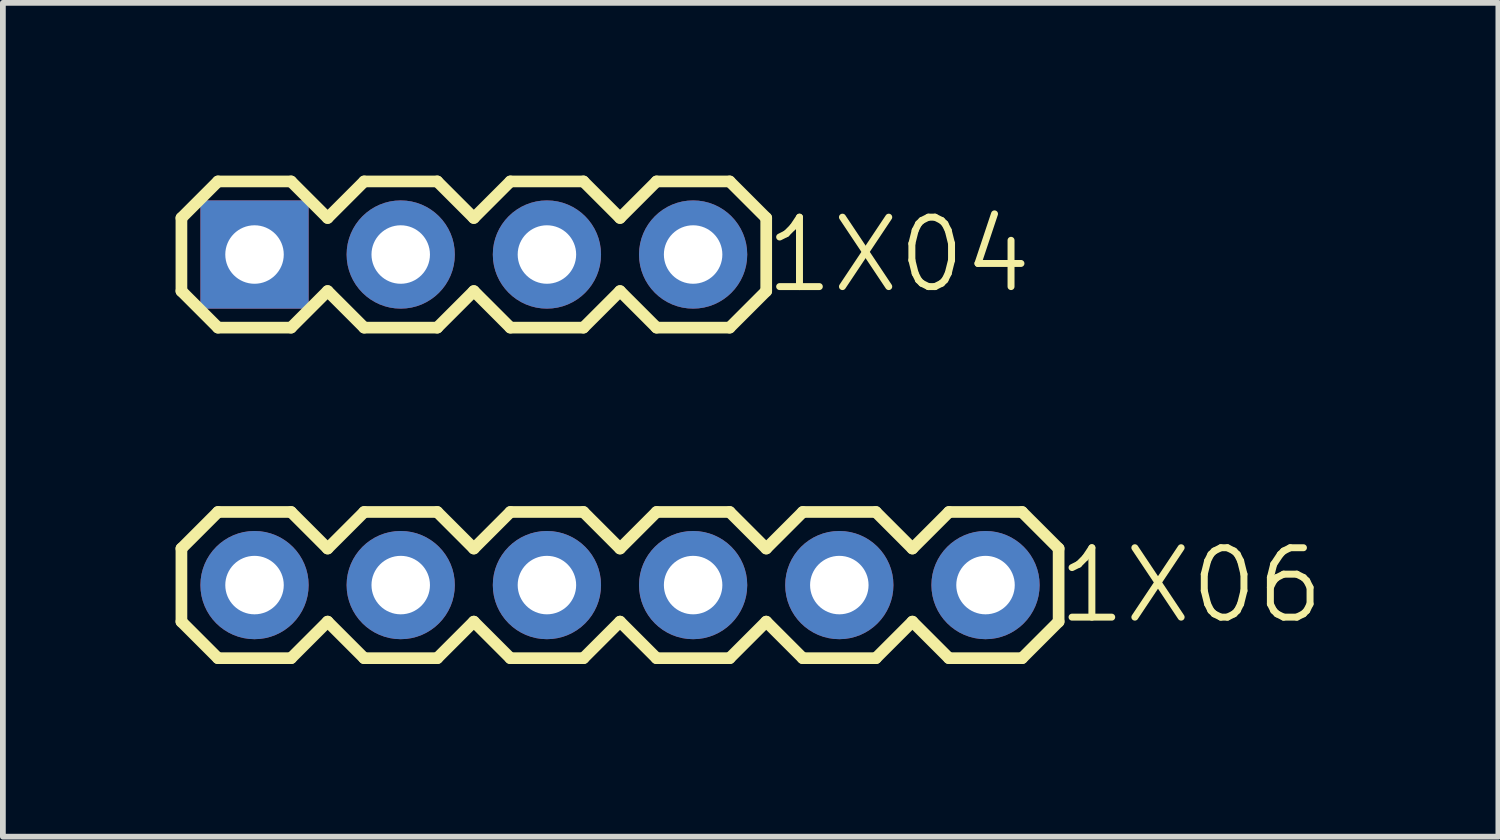
<source format=kicad_pcb>
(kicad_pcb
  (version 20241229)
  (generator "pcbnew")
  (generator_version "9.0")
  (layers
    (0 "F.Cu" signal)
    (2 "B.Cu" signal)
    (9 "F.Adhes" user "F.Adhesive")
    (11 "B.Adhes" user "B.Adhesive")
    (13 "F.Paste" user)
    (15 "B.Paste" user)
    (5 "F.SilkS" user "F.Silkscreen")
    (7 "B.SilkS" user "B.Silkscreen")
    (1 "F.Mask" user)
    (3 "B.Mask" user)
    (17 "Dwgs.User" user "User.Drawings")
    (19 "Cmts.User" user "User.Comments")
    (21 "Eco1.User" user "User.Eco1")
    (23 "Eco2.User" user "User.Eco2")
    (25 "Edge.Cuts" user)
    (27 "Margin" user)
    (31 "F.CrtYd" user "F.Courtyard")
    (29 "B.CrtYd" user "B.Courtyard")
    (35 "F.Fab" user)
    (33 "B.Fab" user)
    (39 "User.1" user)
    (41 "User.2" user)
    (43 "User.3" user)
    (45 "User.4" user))
  (footprint "1X06"
    (layer "F.Cu")
    (at 1.372 7.115)
    (property "Reference" "1X06" (at 13.894 0.711 180) (layer "F.SilkS") (effects (font (size 1.206 1.206) (thickness 0.121)) (justify left bottom)))
    (attr through_hole)
    (fp_line (start -1.27 -0.635) (end -1.27 0.635) (stroke (width 0.203) (type solid)) (layer "F.SilkS"))
    (fp_line (start -1.27 0.635) (end -0.635 1.27) (stroke (width 0.203) (type solid)) (layer "F.SilkS"))
    (fp_line (start -0.635 -1.27) (end -1.27 -0.635) (stroke (width 0.203) (type solid)) (layer "F.SilkS"))
    (fp_line (start -0.635 -1.27) (end 0.635 -1.27) (stroke (width 0.203) (type solid)) (layer "F.SilkS"))
    (fp_line (start 0.635 -1.27) (end 1.27 -0.635) (stroke (width 0.203) (type solid)) (layer "F.SilkS"))
    (fp_line (start 0.635 1.27) (end -0.635 1.27) (stroke (width 0.203) (type solid)) (layer "F.SilkS"))
    (fp_line (start 1.27 -0.635) (end 1.905 -1.27) (stroke (width 0.203) (type solid)) (layer "F.SilkS"))
    (fp_line (start 1.27 0.635) (end 0.635 1.27) (stroke (width 0.203) (type solid)) (layer "F.SilkS"))
    (fp_line (start 1.905 -1.27) (end 3.175 -1.27) (stroke (width 0.203) (type solid)) (layer "F.SilkS"))
    (fp_line (start 1.905 1.27) (end 1.27 0.635) (stroke (width 0.203) (type solid)) (layer "F.SilkS"))
    (fp_line (start 3.175 -1.27) (end 3.81 -0.635) (stroke (width 0.203) (type solid)) (layer "F.SilkS"))
    (fp_line (start 3.175 1.27) (end 1.905 1.27) (stroke (width 0.203) (type solid)) (layer "F.SilkS"))
    (fp_line (start 3.81 -0.635) (end 4.445 -1.27) (stroke (width 0.203) (type solid)) (layer "F.SilkS"))
    (fp_line (start 3.81 0.635) (end 3.175 1.27) (stroke (width 0.203) (type solid)) (layer "F.SilkS"))
    (fp_line (start 4.445 -1.27) (end 5.715 -1.27) (stroke (width 0.203) (type solid)) (layer "F.SilkS"))
    (fp_line (start 4.445 1.27) (end 3.81 0.635) (stroke (width 0.203) (type solid)) (layer "F.SilkS"))
    (fp_line (start 5.715 -1.27) (end 6.35 -0.635) (stroke (width 0.203) (type solid)) (layer "F.SilkS"))
    (fp_line (start 5.715 1.27) (end 4.445 1.27) (stroke (width 0.203) (type solid)) (layer "F.SilkS"))
    (fp_line (start 6.35 0.635) (end 5.715 1.27) (stroke (width 0.203) (type solid)) (layer "F.SilkS"))
    (fp_line (start 6.35 0.635) (end 6.985 1.27) (stroke (width 0.203) (type solid)) (layer "F.SilkS"))
    (fp_line (start 6.985 -1.27) (end 6.35 -0.635) (stroke (width 0.203) (type solid)) (layer "F.SilkS"))
    (fp_line (start 6.985 -1.27) (end 8.255 -1.27) (stroke (width 0.203) (type solid)) (layer "F.SilkS"))
    (fp_line (start 8.255 -1.27) (end 8.89 -0.635) (stroke (width 0.203) (type solid)) (layer "F.SilkS"))
    (fp_line (start 8.255 1.27) (end 6.985 1.27) (stroke (width 0.203) (type solid)) (layer "F.SilkS"))
    (fp_line (start 8.89 -0.635) (end 9.525 -1.27) (stroke (width 0.203) (type solid)) (layer "F.SilkS"))
    (fp_line (start 8.89 0.635) (end 8.255 1.27) (stroke (width 0.203) (type solid)) (layer "F.SilkS"))
    (fp_line (start 9.525 -1.27) (end 10.795 -1.27) (stroke (width 0.203) (type solid)) (layer "F.SilkS"))
    (fp_line (start 9.525 1.27) (end 8.89 0.635) (stroke (width 0.203) (type solid)) (layer "F.SilkS"))
    (fp_line (start 10.795 -1.27) (end 11.43 -0.635) (stroke (width 0.203) (type solid)) (layer "F.SilkS"))
    (fp_line (start 10.795 1.27) (end 9.525 1.27) (stroke (width 0.203) (type solid)) (layer "F.SilkS"))
    (fp_line (start 11.43 -0.635) (end 12.065 -1.27) (stroke (width 0.203) (type solid)) (layer "F.SilkS"))
    (fp_line (start 11.43 0.635) (end 10.795 1.27) (stroke (width 0.203) (type solid)) (layer "F.SilkS"))
    (fp_line (start 12.065 -1.27) (end 13.335 -1.27) (stroke (width 0.203) (type solid)) (layer "F.SilkS"))
    (fp_line (start 12.065 1.27) (end 11.43 0.635) (stroke (width 0.203) (type solid)) (layer "F.SilkS"))
    (fp_line (start 13.335 -1.27) (end 13.97 -0.635) (stroke (width 0.203) (type solid)) (layer "F.SilkS"))
    (fp_line (start 13.335 1.27) (end 12.065 1.27) (stroke (width 0.203) (type solid)) (layer "F.SilkS"))
    (fp_line (start 13.97 -0.635) (end 13.97 0.635) (stroke (width 0.203) (type solid)) (layer "F.SilkS"))
    (fp_line (start 13.97 0.635) (end 13.335 1.27) (stroke (width 0.203) (type solid)) (layer "F.SilkS"))
    (fp_poly (pts (xy -0.254 0.254) (xy 0.254 0.254) (xy 0.254 -0.254) (xy -0.254 -0.254)) (stroke (width 0.1) (type solid)) (fill no) (layer "F.Fab"))
    (fp_poly (pts (xy 2.286 0.254) (xy 2.794 0.254) (xy 2.794 -0.254) (xy 2.286 -0.254)) (stroke (width 0.1) (type solid)) (fill no) (layer "F.Fab"))
    (fp_poly (pts (xy 4.826 0.254) (xy 5.334 0.254) (xy 5.334 -0.254) (xy 4.826 -0.254)) (stroke (width 0.1) (type solid)) (fill no) (layer "F.Fab"))
    (fp_poly (pts (xy 7.366 0.254) (xy 7.874 0.254) (xy 7.874 -0.254) (xy 7.366 -0.254)) (stroke (width 0.1) (type solid)) (fill no) (layer "F.Fab"))
    (fp_poly (pts (xy 9.906 0.254) (xy 10.414 0.254) (xy 10.414 -0.254) (xy 9.906 -0.254)) (stroke (width 0.1) (type solid)) (fill no) (layer "F.Fab"))
    (fp_poly (pts (xy 12.446 0.254) (xy 12.954 0.254) (xy 12.954 -0.254) (xy 12.446 -0.254)) (stroke (width 0.1) (type solid)) (fill no) (layer "F.Fab"))
    (pad "1" thru_hole circle (at 0 0 90) (size 1.88 1.88) (drill 1.016) (layers "*.Cu" "*.Mask"))
    (pad "2" thru_hole circle (at 2.54 0 90) (size 1.88 1.88) (drill 1.016) (layers "*.Cu" "*.Mask"))
    (pad "3" thru_hole circle (at 5.08 0 90) (size 1.88 1.88) (drill 1.016) (layers "*.Cu" "*.Mask"))
    (pad "4" thru_hole circle (at 7.62 0 90) (size 1.88 1.88) (drill 1.016) (layers "*.Cu" "*.Mask"))
    (pad "5" thru_hole circle (at 10.16 0 90) (size 1.88 1.88) (drill 1.016) (layers "*.Cu" "*.Mask"))
    (pad "6" thru_hole circle (at 12.7 0 90) (size 1.88 1.88) (drill 1.016) (layers "*.Cu" "*.Mask")))
  (footprint "1X04"
    (layer "F.Cu")
    (at 1.372 1.372)
    (property "Reference" "1X04" (at 8.814 0.711 180) (layer "F.SilkS") (effects (font (size 1.206 1.206) (thickness 0.121)) (justify left bottom)))
    (attr through_hole)
    (fp_line (start -1.27 -0.635) (end -1.27 0.635) (stroke (width 0.203) (type solid)) (layer "F.SilkS"))
    (fp_line (start -1.27 0.635) (end -0.635 1.27) (stroke (width 0.203) (type solid)) (layer "F.SilkS"))
    (fp_line (start -0.635 -1.27) (end -1.27 -0.635) (stroke (width 0.203) (type solid)) (layer "F.SilkS"))
    (fp_line (start -0.635 -1.27) (end 0.635 -1.27) (stroke (width 0.203) (type solid)) (layer "F.SilkS"))
    (fp_line (start 0.635 -1.27) (end 1.27 -0.635) (stroke (width 0.203) (type solid)) (layer "F.SilkS"))
    (fp_line (start 0.635 1.27) (end -0.635 1.27) (stroke (width 0.203) (type solid)) (layer "F.SilkS"))
    (fp_line (start 1.27 -0.635) (end 1.905 -1.27) (stroke (width 0.203) (type solid)) (layer "F.SilkS"))
    (fp_line (start 1.27 0.635) (end 0.635 1.27) (stroke (width 0.203) (type solid)) (layer "F.SilkS"))
    (fp_line (start 1.905 -1.27) (end 3.175 -1.27) (stroke (width 0.203) (type solid)) (layer "F.SilkS"))
    (fp_line (start 1.905 1.27) (end 1.27 0.635) (stroke (width 0.203) (type solid)) (layer "F.SilkS"))
    (fp_line (start 3.175 -1.27) (end 3.81 -0.635) (stroke (width 0.203) (type solid)) (layer "F.SilkS"))
    (fp_line (start 3.175 1.27) (end 1.905 1.27) (stroke (width 0.203) (type solid)) (layer "F.SilkS"))
    (fp_line (start 3.81 -0.635) (end 4.445 -1.27) (stroke (width 0.203) (type solid)) (layer "F.SilkS"))
    (fp_line (start 3.81 0.635) (end 3.175 1.27) (stroke (width 0.203) (type solid)) (layer "F.SilkS"))
    (fp_line (start 4.445 -1.27) (end 5.715 -1.27) (stroke (width 0.203) (type solid)) (layer "F.SilkS"))
    (fp_line (start 4.445 1.27) (end 3.81 0.635) (stroke (width 0.203) (type solid)) (layer "F.SilkS"))
    (fp_line (start 5.715 -1.27) (end 6.35 -0.635) (stroke (width 0.203) (type solid)) (layer "F.SilkS"))
    (fp_line (start 5.715 1.27) (end 4.445 1.27) (stroke (width 0.203) (type solid)) (layer "F.SilkS"))
    (fp_line (start 6.35 0.635) (end 5.715 1.27) (stroke (width 0.203) (type solid)) (layer "F.SilkS"))
    (fp_line (start 6.35 0.635) (end 6.985 1.27) (stroke (width 0.203) (type solid)) (layer "F.SilkS"))
    (fp_line (start 6.985 -1.27) (end 6.35 -0.635) (stroke (width 0.203) (type solid)) (layer "F.SilkS"))
    (fp_line (start 6.985 -1.27) (end 8.255 -1.27) (stroke (width 0.203) (type solid)) (layer "F.SilkS"))
    (fp_line (start 8.255 -1.27) (end 8.89 -0.635) (stroke (width 0.203) (type solid)) (layer "F.SilkS"))
    (fp_line (start 8.255 1.27) (end 6.985 1.27) (stroke (width 0.203) (type solid)) (layer "F.SilkS"))
    (fp_line (start 8.89 -0.635) (end 8.89 0.635) (stroke (width 0.203) (type solid)) (layer "F.SilkS"))
    (fp_line (start 8.89 0.635) (end 8.255 1.27) (stroke (width 0.203) (type solid)) (layer "F.SilkS"))
    (fp_poly (pts (xy -0.254 0.254) (xy 0.254 0.254) (xy 0.254 -0.254) (xy -0.254 -0.254)) (stroke (width 0.1) (type solid)) (fill no) (layer "F.Fab"))
    (fp_poly (pts (xy 2.286 0.254) (xy 2.794 0.254) (xy 2.794 -0.254) (xy 2.286 -0.254)) (stroke (width 0.1) (type solid)) (fill no) (layer "F.Fab"))
    (fp_poly (pts (xy 4.826 0.254) (xy 5.334 0.254) (xy 5.334 -0.254) (xy 4.826 -0.254)) (stroke (width 0.1) (type solid)) (fill no) (layer "F.Fab"))
    (fp_poly (pts (xy 7.366 0.254) (xy 7.874 0.254) (xy 7.874 -0.254) (xy 7.366 -0.254)) (stroke (width 0.1) (type solid)) (fill no) (layer "F.Fab"))
    (pad "1" thru_hole rect (at 0 0 90) (size 1.88 1.88) (drill 1.016) (layers "*.Cu" "*.Mask"))
    (pad "2" thru_hole circle (at 2.54 0 90) (size 1.88 1.88) (drill 1.016) (layers "*.Cu" "*.Mask"))
    (pad "3" thru_hole circle (at 5.08 0 90) (size 1.88 1.88) (drill 1.016) (layers "*.Cu" "*.Mask"))
    (pad "4" thru_hole circle (at 7.62 0 90) (size 1.88 1.88) (drill 1.016) (layers "*.Cu" "*.Mask")))
  (gr_rect
    (start -3 -3)
    (end 22.982 11.486)
    (stroke (width 0.1) (type default))
    (fill no)
    (layer "Edge.Cuts")))
</source>
